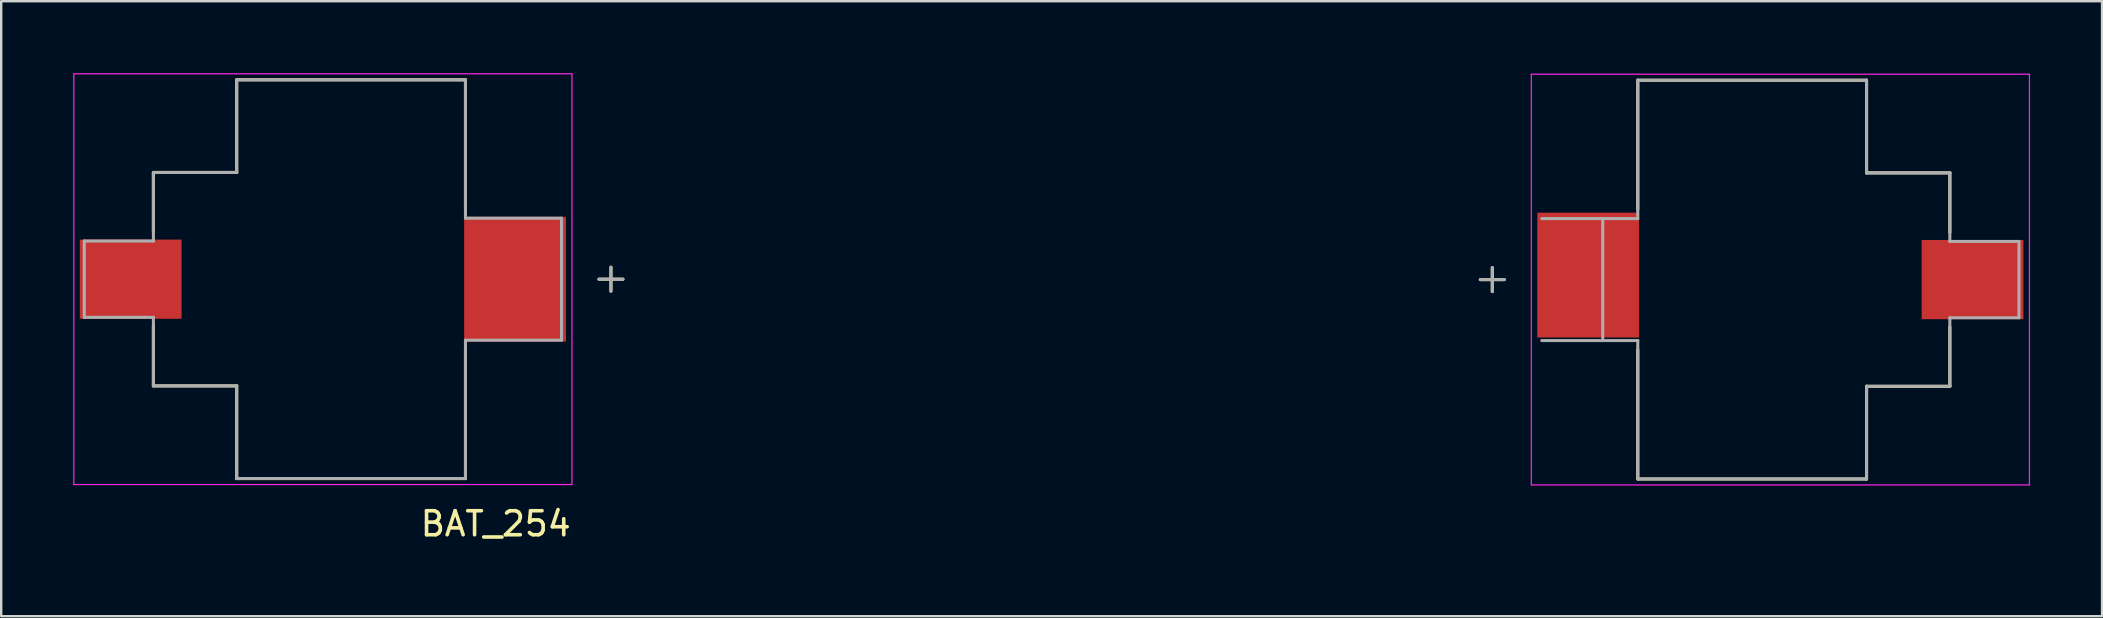
<source format=kicad_pcb>
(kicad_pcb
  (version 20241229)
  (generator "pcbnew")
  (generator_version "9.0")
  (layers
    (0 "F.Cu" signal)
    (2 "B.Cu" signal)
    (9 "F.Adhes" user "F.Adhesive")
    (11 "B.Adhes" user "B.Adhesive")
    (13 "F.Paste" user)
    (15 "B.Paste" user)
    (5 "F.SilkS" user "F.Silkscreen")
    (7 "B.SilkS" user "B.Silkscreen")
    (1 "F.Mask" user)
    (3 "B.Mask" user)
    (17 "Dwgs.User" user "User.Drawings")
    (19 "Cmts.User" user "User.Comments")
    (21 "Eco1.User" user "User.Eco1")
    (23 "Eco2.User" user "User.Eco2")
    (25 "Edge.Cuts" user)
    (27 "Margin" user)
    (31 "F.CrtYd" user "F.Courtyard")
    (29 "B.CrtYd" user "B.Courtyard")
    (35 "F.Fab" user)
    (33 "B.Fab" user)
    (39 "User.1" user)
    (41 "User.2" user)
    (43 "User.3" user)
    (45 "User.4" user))
  (footprint "BAT_254"
    (layer "F.Cu")
    (at 12.74 8.58)
    (property "Reference" "BAT_254" (at 4.86 10.19 180) (layer "F.SilkS") (effects (font (size 1 1) (thickness 0.15))))
    (attr smd)
    (fp_line (start -9.4 -4.445) (end -9.4 -1.97) (stroke (width 0.127) (type solid)) (layer "F.SilkS"))
    (fp_line (start -9.4 -4.445) (end -5.93 -4.445) (stroke (width 0.127) (type solid)) (layer "F.SilkS"))
    (fp_line (start -9.4 4.445) (end -9.4 1.97) (stroke (width 0.127) (type solid)) (layer "F.SilkS"))
    (fp_line (start -5.93 -8.305) (end 3.6 -8.305) (stroke (width 0.127) (type solid)) (layer "F.SilkS"))
    (fp_line (start -5.93 -4.445) (end -5.93 -8.305) (stroke (width 0.127) (type solid)) (layer "F.SilkS"))
    (fp_line (start -5.93 4.445) (end -9.4 4.445) (stroke (width 0.127) (type solid)) (layer "F.SilkS"))
    (fp_line (start -5.93 8.305) (end -5.93 4.445) (stroke (width 0.127) (type solid)) (layer "F.SilkS"))
    (fp_line (start 3.6 -8.305) (end 3.6 -2.92) (stroke (width 0.127) (type solid)) (layer "F.SilkS"))
    (fp_line (start 3.6 2.92) (end 3.6 8.305) (stroke (width 0.127) (type solid)) (layer "F.SilkS"))
    (fp_line (start 3.6 8.305) (end -5.93 8.305) (stroke (width 0.127) (type solid)) (layer "F.SilkS"))
    (fp_line (start 9.66 0.5) (end 9.66 -0.5) (stroke (width 0.127) (type solid)) (layer "F.SilkS"))
    (fp_line (start 10.16 0) (end 9.16 0) (stroke (width 0.127) (type solid)) (layer "F.SilkS"))
    (fp_line (start 45.875 0.017) (end 46.875 0.017) (stroke (width 0.127) (type solid)) (layer "F.SilkS"))
    (fp_line (start 46.375 -0.483) (end 46.375 0.517) (stroke (width 0.127) (type solid)) (layer "F.SilkS"))
    (fp_line (start 52.435 -8.288) (end 61.965 -8.288) (stroke (width 0.127) (type solid)) (layer "F.SilkS"))
    (fp_line (start 52.435 -2.903) (end 52.435 -8.288) (stroke (width 0.127) (type solid)) (layer "F.SilkS"))
    (fp_line (start 52.435 8.322) (end 52.435 2.937) (stroke (width 0.127) (type solid)) (layer "F.SilkS"))
    (fp_line (start 61.965 -8.288) (end 61.965 -4.428) (stroke (width 0.127) (type solid)) (layer "F.SilkS"))
    (fp_line (start 61.965 -4.428) (end 65.435 -4.428) (stroke (width 0.127) (type solid)) (layer "F.SilkS"))
    (fp_line (start 61.965 4.462) (end 61.965 8.322) (stroke (width 0.127) (type solid)) (layer "F.SilkS"))
    (fp_line (start 61.965 8.322) (end 52.435 8.322) (stroke (width 0.127) (type solid)) (layer "F.SilkS"))
    (fp_line (start 65.435 -4.428) (end 65.435 -1.953) (stroke (width 0.127) (type solid)) (layer "F.SilkS"))
    (fp_line (start 65.435 4.462) (end 61.965 4.462) (stroke (width 0.127) (type solid)) (layer "F.SilkS"))
    (fp_line (start 65.435 4.462) (end 65.435 1.987) (stroke (width 0.127) (type solid)) (layer "F.SilkS"))
    (fp_line (start -12.715 -8.555) (end -12.715 8.555) (stroke (width 0.05) (type solid)) (layer "F.CrtYd"))
    (fp_line (start -12.715 8.555) (end 8.035 8.555) (stroke (width 0.05) (type solid)) (layer "F.CrtYd"))
    (fp_line (start 8.035 -8.555) (end -12.715 -8.555) (stroke (width 0.05) (type solid)) (layer "F.CrtYd"))
    (fp_line (start 8.035 8.555) (end 8.035 -8.555) (stroke (width 0.05) (type solid)) (layer "F.CrtYd"))
    (fp_line (start 48 -8.538) (end 48 8.572) (stroke (width 0.05) (type solid)) (layer "F.CrtYd"))
    (fp_line (start 48 8.572) (end 68.75 8.572) (stroke (width 0.05) (type solid)) (layer "F.CrtYd"))
    (fp_line (start 68.75 -8.538) (end 48 -8.538) (stroke (width 0.05) (type solid)) (layer "F.CrtYd"))
    (fp_line (start 68.75 8.572) (end 68.75 -8.538) (stroke (width 0.05) (type solid)) (layer "F.CrtYd"))
    (fp_line (start -12.28 -1.59) (end -9.4 -1.59) (stroke (width 0.127) (type solid)) (layer "F.Fab"))
    (fp_line (start -12.28 1.59) (end -12.28 -1.59) (stroke (width 0.127) (type solid)) (layer "F.Fab"))
    (fp_line (start -9.4 -4.445) (end -5.93 -4.445) (stroke (width 0.127) (type solid)) (layer "F.Fab"))
    (fp_line (start -9.4 -1.59) (end -9.4 -4.445) (stroke (width 0.127) (type solid)) (layer "F.Fab"))
    (fp_line (start -9.4 1.59) (end -12.28 1.59) (stroke (width 0.127) (type solid)) (layer "F.Fab"))
    (fp_line (start -9.4 4.445) (end -9.4 1.59) (stroke (width 0.127) (type solid)) (layer "F.Fab"))
    (fp_line (start -5.93 -8.305) (end 3.6 -8.305) (stroke (width 0.127) (type solid)) (layer "F.Fab"))
    (fp_line (start -5.93 -4.445) (end -5.93 -8.305) (stroke (width 0.127) (type solid)) (layer "F.Fab"))
    (fp_line (start -5.93 4.445) (end -9.4 4.445) (stroke (width 0.127) (type solid)) (layer "F.Fab"))
    (fp_line (start -5.93 8.305) (end -5.93 4.445) (stroke (width 0.127) (type solid)) (layer "F.Fab"))
    (fp_line (start 3.6 -8.305) (end 3.6 -2.54) (stroke (width 0.127) (type solid)) (layer "F.Fab"))
    (fp_line (start 3.6 -2.54) (end 7.6 -2.54) (stroke (width 0.127) (type solid)) (layer "F.Fab"))
    (fp_line (start 3.6 2.54) (end 3.6 8.305) (stroke (width 0.127) (type solid)) (layer "F.Fab"))
    (fp_line (start 3.6 8.305) (end -5.93 8.305) (stroke (width 0.127) (type solid)) (layer "F.Fab"))
    (fp_line (start 7.6 -2.54) (end 7.6 2.54) (stroke (width 0.127) (type solid)) (layer "F.Fab"))
    (fp_line (start 7.6 2.54) (end 3.6 2.54) (stroke (width 0.127) (type solid)) (layer "F.Fab"))
    (fp_line (start 9.66 0.5) (end 9.66 -0.5) (stroke (width 0.127) (type solid)) (layer "F.Fab"))
    (fp_line (start 10.16 0) (end 9.16 0) (stroke (width 0.127) (type solid)) (layer "F.Fab"))
    (fp_line (start 45.875 0.017) (end 46.875 0.017) (stroke (width 0.127) (type solid)) (layer "F.Fab"))
    (fp_line (start 46.375 -0.483) (end 46.375 0.517) (stroke (width 0.127) (type solid)) (layer "F.Fab"))
    (fp_line (start 48.435 -2.523) (end 52.435 -2.523) (stroke (width 0.127) (type solid)) (layer "F.Fab"))
    (fp_line (start 50.975 2.557) (end 50.975 -2.523) (stroke (width 0.127) (type solid)) (layer "F.Fab"))
    (fp_line (start 52.435 -8.288) (end 61.965 -8.288) (stroke (width 0.127) (type solid)) (layer "F.Fab"))
    (fp_line (start 52.435 -2.523) (end 52.435 -8.288) (stroke (width 0.127) (type solid)) (layer "F.Fab"))
    (fp_line (start 52.435 2.557) (end 48.435 2.557) (stroke (width 0.127) (type solid)) (layer "F.Fab"))
    (fp_line (start 52.435 8.322) (end 52.435 2.557) (stroke (width 0.127) (type solid)) (layer "F.Fab"))
    (fp_line (start 61.965 -8.288) (end 61.965 -4.428) (stroke (width 0.127) (type solid)) (layer "F.Fab"))
    (fp_line (start 61.965 -4.428) (end 65.435 -4.428) (stroke (width 0.127) (type solid)) (layer "F.Fab"))
    (fp_line (start 61.965 4.462) (end 61.965 8.322) (stroke (width 0.127) (type solid)) (layer "F.Fab"))
    (fp_line (start 61.965 8.322) (end 52.435 8.322) (stroke (width 0.127) (type solid)) (layer "F.Fab"))
    (fp_line (start 65.435 -4.428) (end 65.435 -1.573) (stroke (width 0.127) (type solid)) (layer "F.Fab"))
    (fp_line (start 65.435 -1.573) (end 68.315 -1.573) (stroke (width 0.127) (type solid)) (layer "F.Fab"))
    (fp_line (start 65.435 1.607) (end 65.435 4.462) (stroke (width 0.127) (type solid)) (layer "F.Fab"))
    (fp_line (start 65.435 4.462) (end 61.965 4.462) (stroke (width 0.127) (type solid)) (layer "F.Fab"))
    (fp_line (start 68.315 -1.573) (end 68.315 1.607) (stroke (width 0.127) (type solid)) (layer "F.Fab"))
    (fp_line (start 68.315 1.607) (end 65.435 1.607) (stroke (width 0.127) (type solid)) (layer "F.Fab"))
    (pad "1" smd rect (at 50.37 -0.17) (size 4.24 5.2) (layers "F.Cu" "F.Mask" "F.Paste"))
    (pad "1" smd rect (at 66.38 0.017) (size 4.24 3.3) (layers "F.Cu" "F.Mask" "F.Paste"))
    (pad "2" smd rect (at -10.345 0 180) (size 4.24 3.3) (layers "F.Cu" "F.Mask" "F.Paste"))
    (pad "2" smd rect (at 5.665 0 180) (size 4.24 5.2) (layers "F.Cu" "F.Mask" "F.Paste")))
  (gr_rect
    (start -3 -3)
    (end 84.515 22.618)
    (stroke (width 0.1) (type default))
    (fill no)
    (layer "Edge.Cuts")))
</source>
